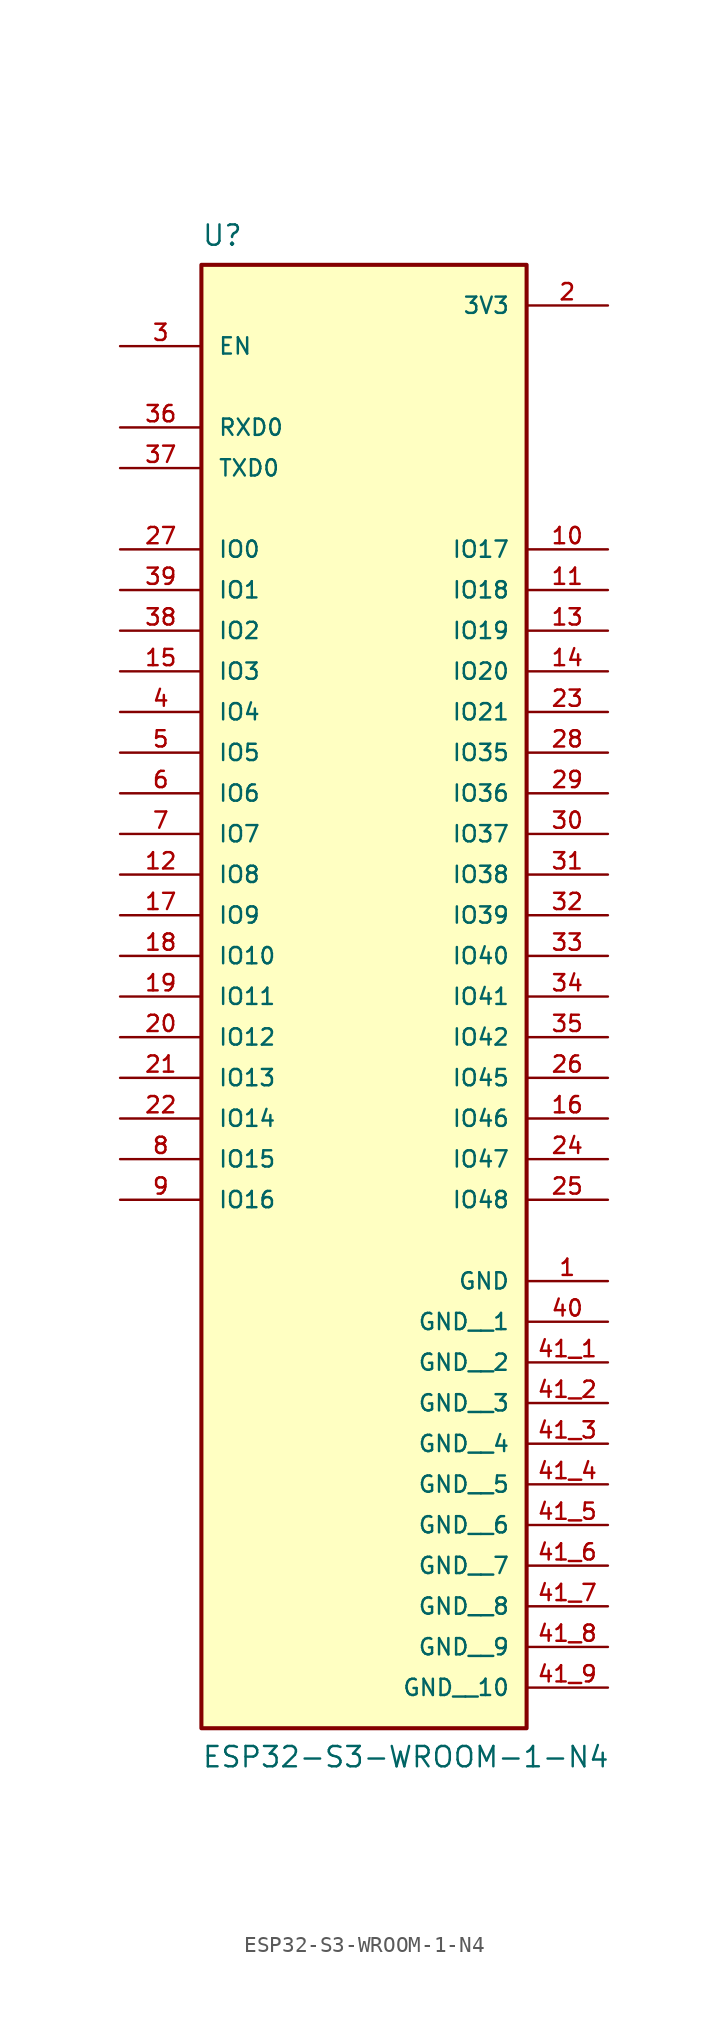
<source format=kicad_sym>
(kicad_symbol_lib
  (version 20211014)
  (generator kicad_symbol_editor)
  (symbol "ESP32-S3-WROOM-1-N4"
    (pin_names
      (offset 1.016))
    (property "Reference" "U"
      (at -10.16 34.112 0)
      (effects (font (size 1.27 1.27)) (justify bottom left)))
    (property "Value" "ESP32-S3-WROOM-1-N4"
      (at -10.16 -60.96 0)
      (effects (font (size 1.27 1.27)) (justify bottom left)))
    (symbol "ESP32-S3-WROOM-1-N4_0_0"
      (rectangle (start -10.16 -58.42) (end 10.16 33.02) (stroke (width 0.254)) (fill (type background)))
      (pin power_in line (at 15.24 -30.48 180.0) (length 5.08) (name "GND" (effects (font (size 1.016 1.016)))) (number "1" (effects (font (size 1.016 1.016)))))
      (pin power_in line (at 15.24 30.48 180.0) (length 5.08) (name "3V3" (effects (font (size 1.016 1.016)))) (number "2" (effects (font (size 1.016 1.016)))))
      (pin input line (at -15.24 27.94 0) (length 5.08) (name "EN" (effects (font (size 1.016 1.016)))) (number "3" (effects (font (size 1.016 1.016)))))
      (pin bidirectional line (at 15.24 2.54 180.0) (length 5.08) (name "IO35" (effects (font (size 1.016 1.016)))) (number "28" (effects (font (size 1.016 1.016)))))
      (pin bidirectional line (at 15.24 -12.7 180.0) (length 5.08) (name "IO41" (effects (font (size 1.016 1.016)))) (number "34" (effects (font (size 1.016 1.016)))))
      (pin bidirectional line (at 15.24 -7.62 180.0) (length 5.08) (name "IO39" (effects (font (size 1.016 1.016)))) (number "32" (effects (font (size 1.016 1.016)))))
      (pin bidirectional line (at 15.24 -10.16 180.0) (length 5.08) (name "IO40" (effects (font (size 1.016 1.016)))) (number "33" (effects (font (size 1.016 1.016)))))
      (pin bidirectional line (at -15.24 -20.32 0) (length 5.08) (name "IO14" (effects (font (size 1.016 1.016)))) (number "22" (effects (font (size 1.016 1.016)))))
      (pin bidirectional line (at -15.24 -15.24 0) (length 5.08) (name "IO12" (effects (font (size 1.016 1.016)))) (number "20" (effects (font (size 1.016 1.016)))))
      (pin bidirectional line (at -15.24 -17.78 0) (length 5.08) (name "IO13" (effects (font (size 1.016 1.016)))) (number "21" (effects (font (size 1.016 1.016)))))
      (pin bidirectional line (at -15.24 -22.86 0) (length 5.08) (name "IO15" (effects (font (size 1.016 1.016)))) (number "8" (effects (font (size 1.016 1.016)))))
      (pin bidirectional line (at -15.24 10.16 0) (length 5.08) (name "IO2" (effects (font (size 1.016 1.016)))) (number "38" (effects (font (size 1.016 1.016)))))
      (pin bidirectional line (at -15.24 15.24 0) (length 5.08) (name "IO0" (effects (font (size 1.016 1.016)))) (number "27" (effects (font (size 1.016 1.016)))))
      (pin bidirectional line (at -15.24 5.08 0) (length 5.08) (name "IO4" (effects (font (size 1.016 1.016)))) (number "4" (effects (font (size 1.016 1.016)))))
      (pin bidirectional line (at -15.24 -25.4 0) (length 5.08) (name "IO16" (effects (font (size 1.016 1.016)))) (number "9" (effects (font (size 1.016 1.016)))))
      (pin bidirectional line (at 15.24 15.24 180.0) (length 5.08) (name "IO17" (effects (font (size 1.016 1.016)))) (number "10" (effects (font (size 1.016 1.016)))))
      (pin bidirectional line (at -15.24 2.54 0) (length 5.08) (name "IO5" (effects (font (size 1.016 1.016)))) (number "5" (effects (font (size 1.016 1.016)))))
      (pin bidirectional line (at 15.24 12.7 180.0) (length 5.08) (name "IO18" (effects (font (size 1.016 1.016)))) (number "11" (effects (font (size 1.016 1.016)))))
      (pin bidirectional line (at 15.24 10.16 180.0) (length 5.08) (name "IO19" (effects (font (size 1.016 1.016)))) (number "13" (effects (font (size 1.016 1.016)))))
      (pin bidirectional line (at 15.24 5.08 180.0) (length 5.08) (name "IO21" (effects (font (size 1.016 1.016)))) (number "23" (effects (font (size 1.016 1.016)))))
      (pin bidirectional line (at 15.24 -2.54 180.0) (length 5.08) (name "IO37" (effects (font (size 1.016 1.016)))) (number "30" (effects (font (size 1.016 1.016)))))
      (pin bidirectional line (at 15.24 -5.08 180.0) (length 5.08) (name "IO38" (effects (font (size 1.016 1.016)))) (number "31" (effects (font (size 1.016 1.016)))))
      (pin bidirectional line (at -15.24 12.7 0) (length 5.08) (name "IO1" (effects (font (size 1.016 1.016)))) (number "39" (effects (font (size 1.016 1.016)))))
      (pin bidirectional line (at -15.24 7.62 0) (length 5.08) (name "IO3" (effects (font (size 1.016 1.016)))) (number "15" (effects (font (size 1.016 1.016)))))
      (pin bidirectional line (at -15.24 0.0 0) (length 5.08) (name "IO6" (effects (font (size 1.016 1.016)))) (number "6" (effects (font (size 1.016 1.016)))))
      (pin bidirectional line (at -15.24 -2.54 0) (length 5.08) (name "IO7" (effects (font (size 1.016 1.016)))) (number "7" (effects (font (size 1.016 1.016)))))
      (pin bidirectional line (at -15.24 -5.08 0) (length 5.08) (name "IO8" (effects (font (size 1.016 1.016)))) (number "12" (effects (font (size 1.016 1.016)))))
      (pin bidirectional line (at -15.24 -7.62 0) (length 5.08) (name "IO9" (effects (font (size 1.016 1.016)))) (number "17" (effects (font (size 1.016 1.016)))))
      (pin bidirectional line (at -15.24 -10.16 0) (length 5.08) (name "IO10" (effects (font (size 1.016 1.016)))) (number "18" (effects (font (size 1.016 1.016)))))
      (pin bidirectional line (at -15.24 -12.7 0) (length 5.08) (name "IO11" (effects (font (size 1.016 1.016)))) (number "19" (effects (font (size 1.016 1.016)))))
      (pin bidirectional line (at 15.24 0.0 180.0) (length 5.08) (name "IO36" (effects (font (size 1.016 1.016)))) (number "29" (effects (font (size 1.016 1.016)))))
      (pin bidirectional line (at 15.24 -15.24 180.0) (length 5.08) (name "IO42" (effects (font (size 1.016 1.016)))) (number "35" (effects (font (size 1.016 1.016)))))
      (pin bidirectional line (at 15.24 7.62 180.0) (length 5.08) (name "IO20" (effects (font (size 1.016 1.016)))) (number "14" (effects (font (size 1.016 1.016)))))
      (pin bidirectional line (at -15.24 20.32 0) (length 5.08) (name "TXD0" (effects (font (size 1.016 1.016)))) (number "37" (effects (font (size 1.016 1.016)))))
      (pin bidirectional line (at -15.24 22.86 0) (length 5.08) (name "RXD0" (effects (font (size 1.016 1.016)))) (number "36" (effects (font (size 1.016 1.016)))))
      (pin bidirectional line (at 15.24 -17.78 180.0) (length 5.08) (name "IO45" (effects (font (size 1.016 1.016)))) (number "26" (effects (font (size 1.016 1.016)))))
      (pin bidirectional line (at 15.24 -20.32 180.0) (length 5.08) (name "IO46" (effects (font (size 1.016 1.016)))) (number "16" (effects (font (size 1.016 1.016)))))
      (pin bidirectional line (at 15.24 -22.86 180.0) (length 5.08) (name "IO47" (effects (font (size 1.016 1.016)))) (number "24" (effects (font (size 1.016 1.016)))))
      (pin bidirectional line (at 15.24 -25.4 180.0) (length 5.08) (name "IO48" (effects (font (size 1.016 1.016)))) (number "25" (effects (font (size 1.016 1.016)))))
      (pin power_in line (at 15.24 -33.02 180.0) (length 5.08) (name "GND__1" (effects (font (size 1.016 1.016)))) (number "40" (effects (font (size 1.016 1.016)))))
      (pin power_in line (at 15.24 -35.56 180.0) (length 5.08) (name "GND__2" (effects (font (size 1.016 1.016)))) (number "41_1" (effects (font (size 1.016 1.016)))))
      (pin power_in line (at 15.24 -38.1 180.0) (length 5.08) (name "GND__3" (effects (font (size 1.016 1.016)))) (number "41_2" (effects (font (size 1.016 1.016)))))
      (pin power_in line (at 15.24 -40.64 180.0) (length 5.08) (name "GND__4" (effects (font (size 1.016 1.016)))) (number "41_3" (effects (font (size 1.016 1.016)))))
      (pin power_in line (at 15.24 -43.18 180.0) (length 5.08) (name "GND__5" (effects (font (size 1.016 1.016)))) (number "41_4" (effects (font (size 1.016 1.016)))))
      (pin power_in line (at 15.24 -45.72 180.0) (length 5.08) (name "GND__6" (effects (font (size 1.016 1.016)))) (number "41_5" (effects (font (size 1.016 1.016)))))
      (pin power_in line (at 15.24 -48.26 180.0) (length 5.08) (name "GND__7" (effects (font (size 1.016 1.016)))) (number "41_6" (effects (font (size 1.016 1.016)))))
      (pin power_in line (at 15.24 -50.8 180.0) (length 5.08) (name "GND__8" (effects (font (size 1.016 1.016)))) (number "41_7" (effects (font (size 1.016 1.016)))))
      (pin power_in line (at 15.24 -53.34 180.0) (length 5.08) (name "GND__9" (effects (font (size 1.016 1.016)))) (number "41_8" (effects (font (size 1.016 1.016)))))
      (pin power_in line (at 15.24 -55.88 180.0) (length 5.08) (name "GND__10" (effects (font (size 1.016 1.016)))) (number "41_9" (effects (font (size 1.016 1.016))))))))
</source>
